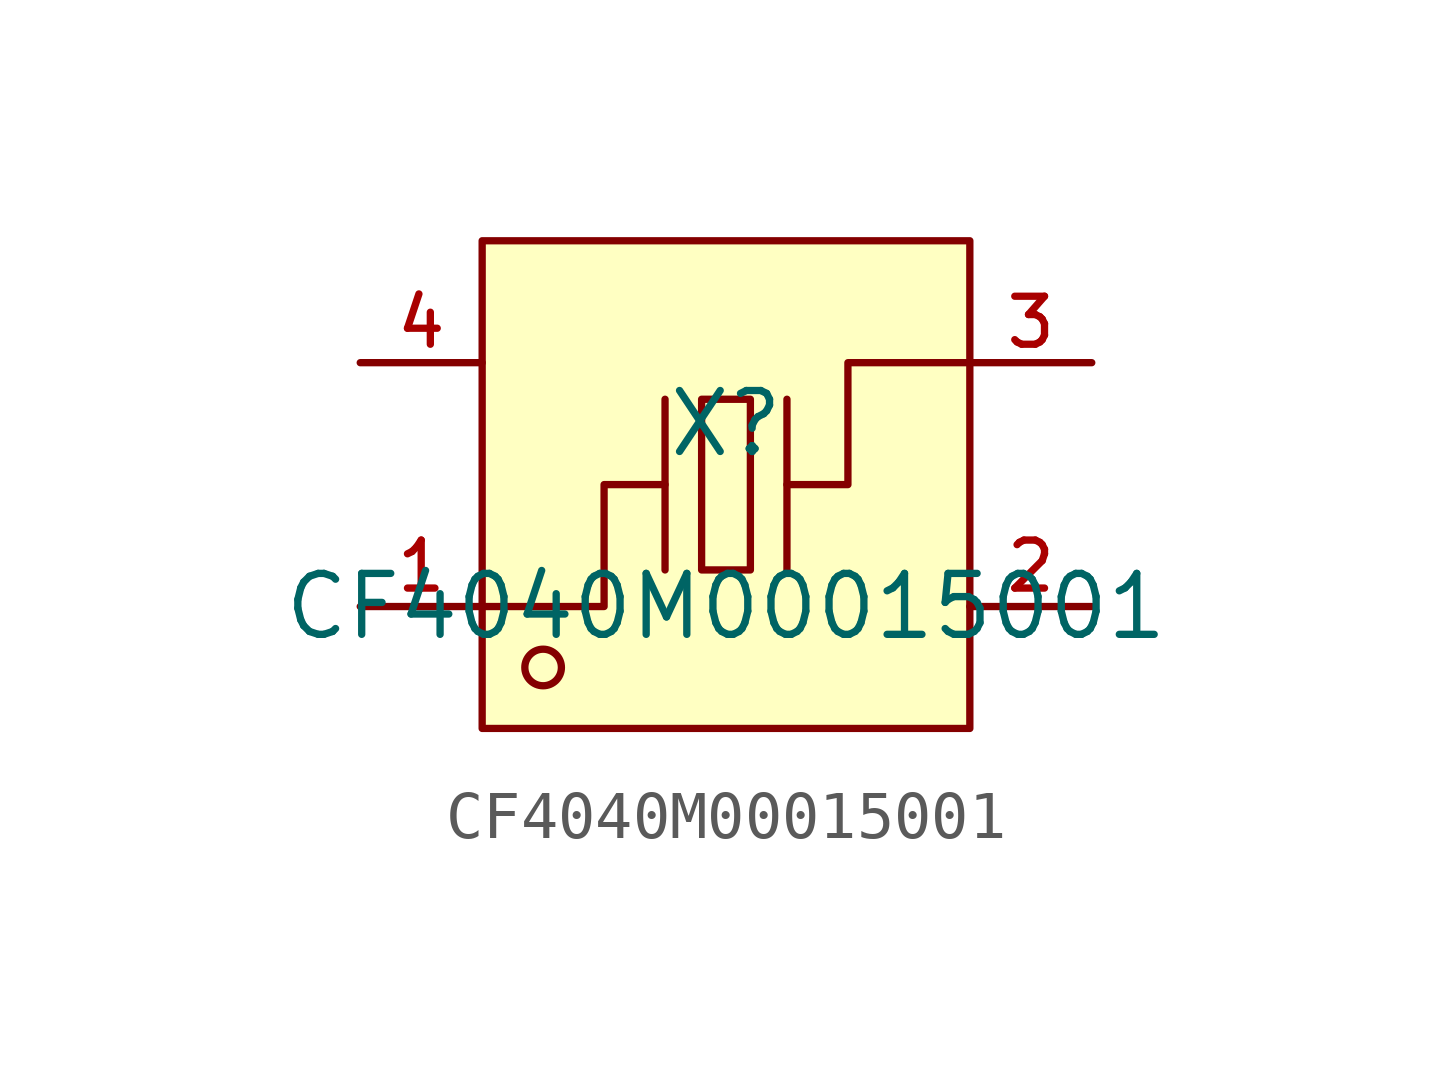
<source format=kicad_sym>
(kicad_symbol_lib
  (version 20210201)
  (generator TousstNicolas/JLC2KiCad_lib)
  (symbol "CF4040M00015001"
    (pin_names hide)
    (property "Reference" "X"
      (at 0 1.27 0)
      (effects (font (size 1.27 1.27))))
    (property "Value" "CF4040M00015001"
      (at 0 -2.54 0)
      (effects (font (size 1.27 1.27))))
    (symbol "CF4040M00015001_0_1"
      (pin input line (at -7.62 -2.54 0) (length 2.54) (name "1" (effects (font (size 1 1)))) (number "1" (effects (font (size 1 1)))))
      (pin input line (at 7.62 2.54 180) (length 2.54) (name "3" (effects (font (size 1 1)))) (number "3" (effects (font (size 1 1)))))
      (pin input line (at -7.62 2.54 0) (length 2.54) (name "GND" (effects (font (size 1 1)))) (number "4" (effects (font (size 1 1)))))
      (pin input line (at 7.62 -2.54 180) (length 2.54) (name "GND" (effects (font (size 1 1)))) (number "2" (effects (font (size 1 1)))))
      (rectangle (start -5.08 5.08) (end 5.08 -5.08) (stroke (width 0) (type default) (color 0 0 0 0)) (fill (type background)))
      (circle (center -3.81 -3.81) (radius 0.381) (stroke (width 0) (type default) (color 0 0 0 0)) (fill (type background)))
      (polyline (pts (xy -1.27 -1.778) (xy -1.27 1.778)) (stroke (width 0) (type default) (color 0 0 0 0)) (fill (type none)))
      (polyline (pts (xy 1.27 -1.778) (xy 1.27 1.778)) (stroke (width 0) (type default) (color 0 0 0 0)) (fill (type none)))
      (polyline (pts (xy -5.08 -2.54) (xy -2.54 -2.54) (xy -2.54 -0.0) (xy -1.27 -0.0)) (stroke (width 0) (type default) (color 0 0 0 0)) (fill (type none)))
      (polyline (pts (xy 5.08 2.54) (xy 2.54 2.54) (xy 2.54 -0.0) (xy 1.27 -0.0)) (stroke (width 0) (type default) (color 0 0 0 0)) (fill (type none)))
      (rectangle (start -0.508 1.778) (end 0.508 -1.778) (stroke (width 0) (type default) (color 0 0 0 0)) (fill (type background))))))
</source>
